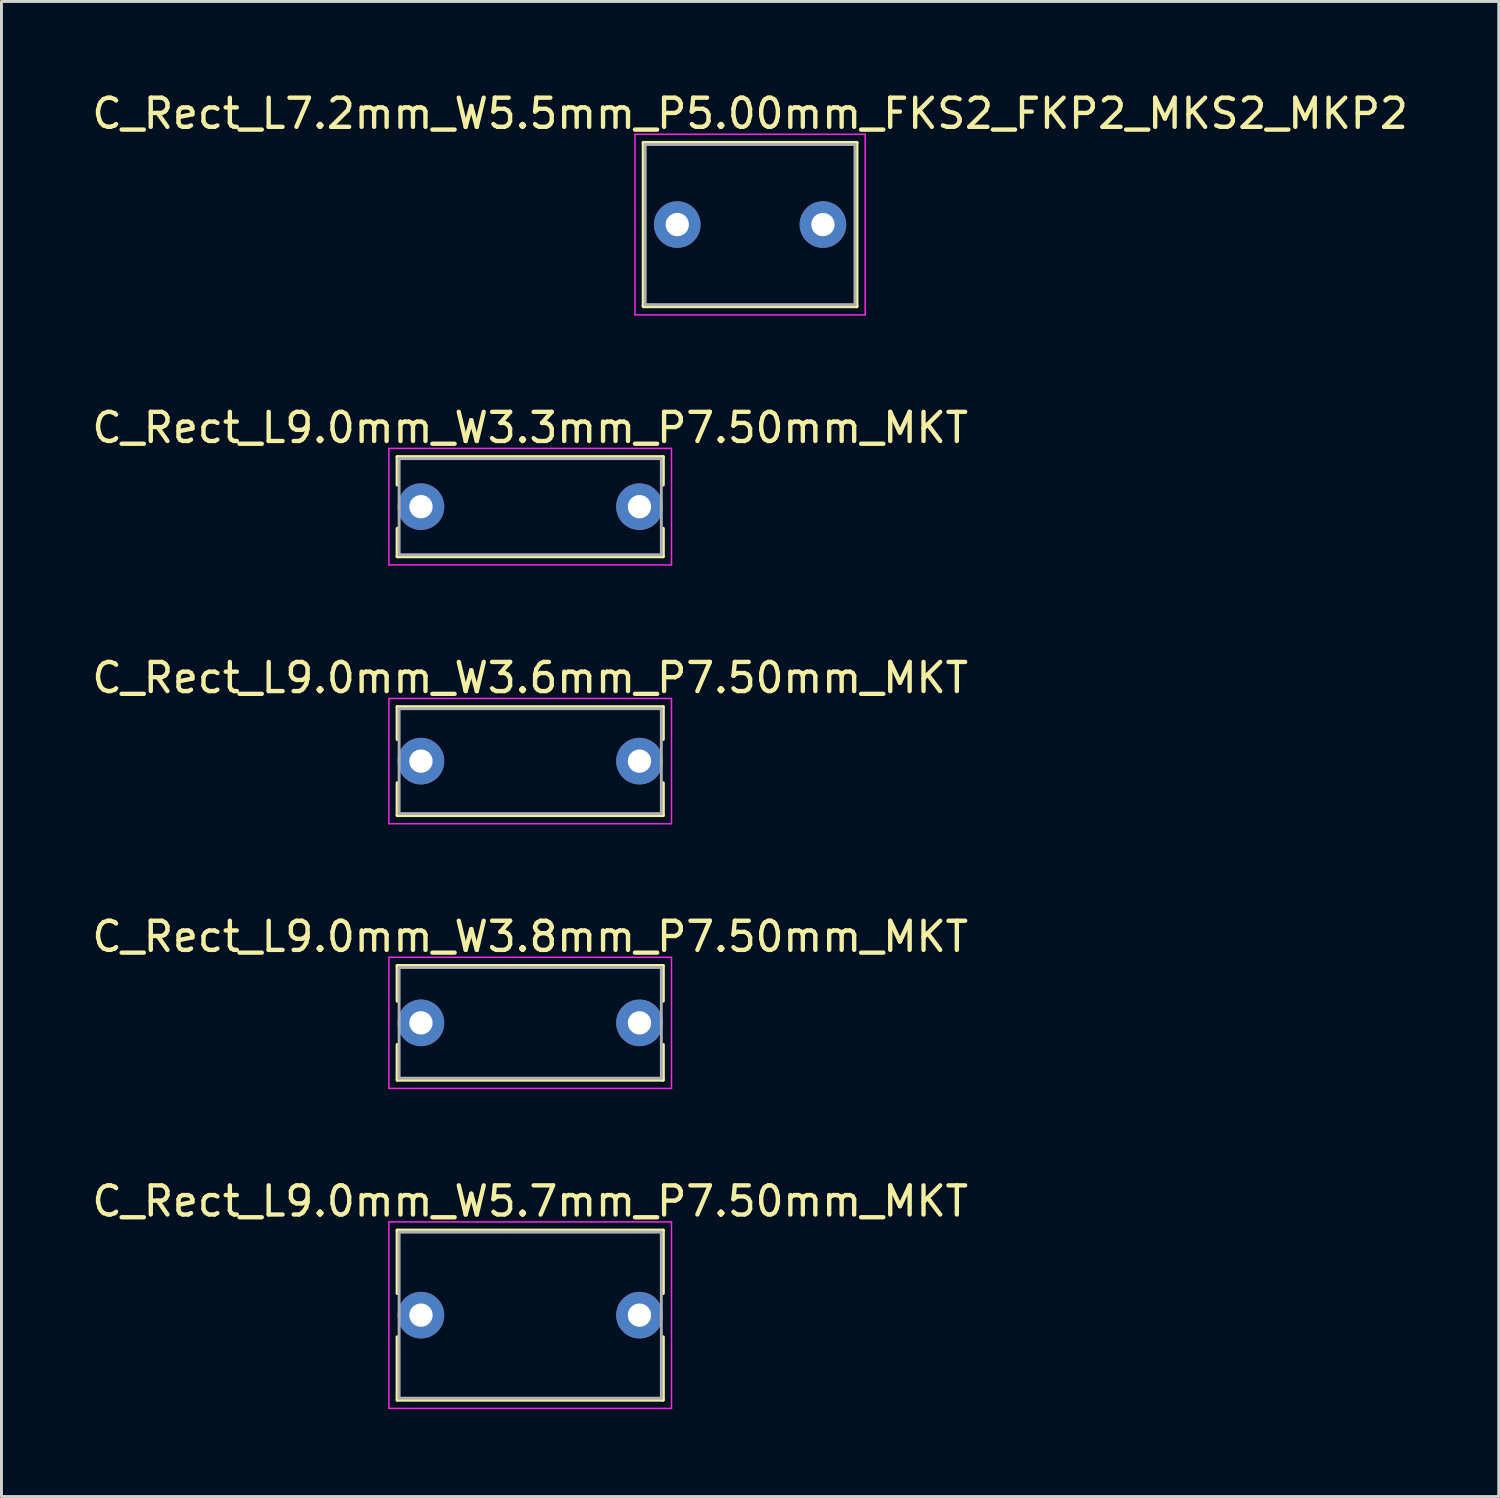
<source format=kicad_pcb>
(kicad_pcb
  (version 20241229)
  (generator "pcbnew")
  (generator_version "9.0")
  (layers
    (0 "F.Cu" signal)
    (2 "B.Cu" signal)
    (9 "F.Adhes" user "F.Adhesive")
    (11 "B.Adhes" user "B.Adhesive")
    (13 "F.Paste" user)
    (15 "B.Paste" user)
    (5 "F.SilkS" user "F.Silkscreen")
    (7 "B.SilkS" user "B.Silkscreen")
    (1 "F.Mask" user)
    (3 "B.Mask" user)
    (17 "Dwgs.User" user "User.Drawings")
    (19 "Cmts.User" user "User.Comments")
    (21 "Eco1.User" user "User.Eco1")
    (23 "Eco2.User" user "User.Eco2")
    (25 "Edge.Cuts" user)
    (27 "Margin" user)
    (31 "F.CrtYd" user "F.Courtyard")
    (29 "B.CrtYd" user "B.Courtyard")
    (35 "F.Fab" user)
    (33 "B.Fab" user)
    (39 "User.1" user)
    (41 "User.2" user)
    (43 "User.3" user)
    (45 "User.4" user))
  (footprint "C_Rect_L7.2mm_W5.5mm_P5.00mm_FKS2_FKP2_MKS2_MKP2"
    (layer "F.Cu")
    (at 20.196 4.658)
    (property "Reference" "C_Rect_L7.2mm_W5.5mm_P5.00mm_FKS2_FKP2_MKS2_MKP2" (at 2.5 -3.81 0) (layer "F.SilkS") (effects (font (size 1 1) (thickness 0.15))))
    (attr through_hole)
    (fp_line (start -1.16 -2.81) (end -1.16 2.81) (stroke (width 0.12) (type solid)) (layer "F.SilkS"))
    (fp_line (start -1.16 -2.81) (end 6.16 -2.81) (stroke (width 0.12) (type solid)) (layer "F.SilkS"))
    (fp_line (start -1.16 2.81) (end 6.16 2.81) (stroke (width 0.12) (type solid)) (layer "F.SilkS"))
    (fp_line (start 6.16 -2.81) (end 6.16 2.81) (stroke (width 0.12) (type solid)) (layer "F.SilkS"))
    (fp_line (start -1.45 -3.1) (end -1.45 3.1) (stroke (width 0.05) (type solid)) (layer "F.CrtYd"))
    (fp_line (start -1.45 3.1) (end 6.45 3.1) (stroke (width 0.05) (type solid)) (layer "F.CrtYd"))
    (fp_line (start 6.45 -3.1) (end -1.45 -3.1) (stroke (width 0.05) (type solid)) (layer "F.CrtYd"))
    (fp_line (start 6.45 3.1) (end 6.45 -3.1) (stroke (width 0.05) (type solid)) (layer "F.CrtYd"))
    (fp_line (start -1.1 -2.75) (end -1.1 2.75) (stroke (width 0.1) (type solid)) (layer "F.Fab"))
    (fp_line (start -1.1 2.75) (end 6.1 2.75) (stroke (width 0.1) (type solid)) (layer "F.Fab"))
    (fp_line (start 6.1 -2.75) (end -1.1 -2.75) (stroke (width 0.1) (type solid)) (layer "F.Fab"))
    (fp_line (start 6.1 2.75) (end 6.1 -2.75) (stroke (width 0.1) (type solid)) (layer "F.Fab"))
    (pad "1" thru_hole circle (at 0 0) (size 1.6 1.6) (drill 0.8) (layers "*.Cu" "*.Mask"))
    (pad "2" thru_hole circle (at 5 0) (size 1.6 1.6) (drill 0.8) (layers "*.Cu" "*.Mask")))
  (footprint "C_Rect_L9.0mm_W5.7mm_P7.50mm_MKT"
    (layer "F.Cu")
    (at 11.399 42.091)
    (property "Reference" "C_Rect_L9.0mm_W5.7mm_P7.50mm_MKT" (at 3.75 -3.91 0) (layer "F.SilkS") (effects (font (size 1 1) (thickness 0.15))))
    (attr through_hole)
    (fp_line (start -0.81 -2.91) (end -0.81 -0.75) (stroke (width 0.12) (type solid)) (layer "F.SilkS"))
    (fp_line (start -0.81 -2.91) (end 8.31 -2.91) (stroke (width 0.12) (type solid)) (layer "F.SilkS"))
    (fp_line (start -0.81 0.75) (end -0.81 2.91) (stroke (width 0.12) (type solid)) (layer "F.SilkS"))
    (fp_line (start -0.81 2.91) (end 8.31 2.91) (stroke (width 0.12) (type solid)) (layer "F.SilkS"))
    (fp_line (start 8.31 -2.91) (end 8.31 -0.75) (stroke (width 0.12) (type solid)) (layer "F.SilkS"))
    (fp_line (start 8.31 0.75) (end 8.31 2.91) (stroke (width 0.12) (type solid)) (layer "F.SilkS"))
    (fp_line (start -1.1 -3.2) (end -1.1 3.2) (stroke (width 0.05) (type solid)) (layer "F.CrtYd"))
    (fp_line (start -1.1 3.2) (end 8.6 3.2) (stroke (width 0.05) (type solid)) (layer "F.CrtYd"))
    (fp_line (start 8.6 -3.2) (end -1.1 -3.2) (stroke (width 0.05) (type solid)) (layer "F.CrtYd"))
    (fp_line (start 8.6 3.2) (end 8.6 -3.2) (stroke (width 0.05) (type solid)) (layer "F.CrtYd"))
    (fp_line (start -0.75 -2.85) (end -0.75 2.85) (stroke (width 0.1) (type solid)) (layer "F.Fab"))
    (fp_line (start -0.75 2.85) (end 8.25 2.85) (stroke (width 0.1) (type solid)) (layer "F.Fab"))
    (fp_line (start 8.25 -2.85) (end -0.75 -2.85) (stroke (width 0.1) (type solid)) (layer "F.Fab"))
    (fp_line (start 8.25 2.85) (end 8.25 -2.85) (stroke (width 0.1) (type solid)) (layer "F.Fab"))
    (pad "1" thru_hole circle (at 0 0) (size 1.6 1.6) (drill 0.8) (layers "*.Cu" "*.Mask"))
    (pad "2" thru_hole circle (at 7.5 0) (size 1.6 1.6) (drill 0.8) (layers "*.Cu" "*.Mask")))
  (footprint "C_Rect_L9.0mm_W3.3mm_P7.50mm_MKT"
    (layer "F.Cu")
    (at 11.399 14.341)
    (property "Reference" "C_Rect_L9.0mm_W3.3mm_P7.50mm_MKT" (at 3.75 -2.71 0) (layer "F.SilkS") (effects (font (size 1 1) (thickness 0.15))))
    (attr through_hole)
    (fp_line (start -0.81 -1.71) (end -0.81 -0.75) (stroke (width 0.12) (type solid)) (layer "F.SilkS"))
    (fp_line (start -0.81 -1.71) (end 8.31 -1.71) (stroke (width 0.12) (type solid)) (layer "F.SilkS"))
    (fp_line (start -0.81 0.75) (end -0.81 1.71) (stroke (width 0.12) (type solid)) (layer "F.SilkS"))
    (fp_line (start -0.81 1.71) (end 8.31 1.71) (stroke (width 0.12) (type solid)) (layer "F.SilkS"))
    (fp_line (start 8.31 -1.71) (end 8.31 -0.75) (stroke (width 0.12) (type solid)) (layer "F.SilkS"))
    (fp_line (start 8.31 0.75) (end 8.31 1.71) (stroke (width 0.12) (type solid)) (layer "F.SilkS"))
    (fp_line (start -1.1 -2) (end -1.1 2) (stroke (width 0.05) (type solid)) (layer "F.CrtYd"))
    (fp_line (start -1.1 2) (end 8.6 2) (stroke (width 0.05) (type solid)) (layer "F.CrtYd"))
    (fp_line (start 8.6 -2) (end -1.1 -2) (stroke (width 0.05) (type solid)) (layer "F.CrtYd"))
    (fp_line (start 8.6 2) (end 8.6 -2) (stroke (width 0.05) (type solid)) (layer "F.CrtYd"))
    (fp_line (start -0.75 -1.65) (end -0.75 1.65) (stroke (width 0.1) (type solid)) (layer "F.Fab"))
    (fp_line (start -0.75 1.65) (end 8.25 1.65) (stroke (width 0.1) (type solid)) (layer "F.Fab"))
    (fp_line (start 8.25 -1.65) (end -0.75 -1.65) (stroke (width 0.1) (type solid)) (layer "F.Fab"))
    (fp_line (start 8.25 1.65) (end 8.25 -1.65) (stroke (width 0.1) (type solid)) (layer "F.Fab"))
    (pad "1" thru_hole circle (at 0 0) (size 1.6 1.6) (drill 0.8) (layers "*.Cu" "*.Mask"))
    (pad "2" thru_hole circle (at 7.5 0) (size 1.6 1.6) (drill 0.8) (layers "*.Cu" "*.Mask")))
  (footprint "C_Rect_L9.0mm_W3.8mm_P7.50mm_MKT"
    (layer "F.Cu")
    (at 11.399 32.058)
    (property "Reference" "C_Rect_L9.0mm_W3.8mm_P7.50mm_MKT" (at 3.75 -2.96 0) (layer "F.SilkS") (effects (font (size 1 1) (thickness 0.15))))
    (attr through_hole)
    (fp_line (start -0.81 -1.96) (end -0.81 -0.75) (stroke (width 0.12) (type solid)) (layer "F.SilkS"))
    (fp_line (start -0.81 -1.96) (end 8.31 -1.96) (stroke (width 0.12) (type solid)) (layer "F.SilkS"))
    (fp_line (start -0.81 0.75) (end -0.81 1.96) (stroke (width 0.12) (type solid)) (layer "F.SilkS"))
    (fp_line (start -0.81 1.96) (end 8.31 1.96) (stroke (width 0.12) (type solid)) (layer "F.SilkS"))
    (fp_line (start 8.31 -1.96) (end 8.31 -0.75) (stroke (width 0.12) (type solid)) (layer "F.SilkS"))
    (fp_line (start 8.31 0.75) (end 8.31 1.96) (stroke (width 0.12) (type solid)) (layer "F.SilkS"))
    (fp_line (start -1.1 -2.25) (end -1.1 2.25) (stroke (width 0.05) (type solid)) (layer "F.CrtYd"))
    (fp_line (start -1.1 2.25) (end 8.6 2.25) (stroke (width 0.05) (type solid)) (layer "F.CrtYd"))
    (fp_line (start 8.6 -2.25) (end -1.1 -2.25) (stroke (width 0.05) (type solid)) (layer "F.CrtYd"))
    (fp_line (start 8.6 2.25) (end 8.6 -2.25) (stroke (width 0.05) (type solid)) (layer "F.CrtYd"))
    (fp_line (start -0.75 -1.9) (end -0.75 1.9) (stroke (width 0.1) (type solid)) (layer "F.Fab"))
    (fp_line (start -0.75 1.9) (end 8.25 1.9) (stroke (width 0.1) (type solid)) (layer "F.Fab"))
    (fp_line (start 8.25 -1.9) (end -0.75 -1.9) (stroke (width 0.1) (type solid)) (layer "F.Fab"))
    (fp_line (start 8.25 1.9) (end 8.25 -1.9) (stroke (width 0.1) (type solid)) (layer "F.Fab"))
    (pad "1" thru_hole circle (at 0 0) (size 1.6 1.6) (drill 0.8) (layers "*.Cu" "*.Mask"))
    (pad "2" thru_hole circle (at 7.5 0) (size 1.6 1.6) (drill 0.8) (layers "*.Cu" "*.Mask")))
  (footprint "C_Rect_L9.0mm_W3.6mm_P7.50mm_MKT"
    (layer "F.Cu")
    (at 11.399 23.075)
    (property "Reference" "C_Rect_L9.0mm_W3.6mm_P7.50mm_MKT" (at 3.75 -2.86 0) (layer "F.SilkS") (effects (font (size 1 1) (thickness 0.15))))
    (attr through_hole)
    (fp_line (start -0.81 -1.86) (end -0.81 -0.75) (stroke (width 0.12) (type solid)) (layer "F.SilkS"))
    (fp_line (start -0.81 -1.86) (end 8.31 -1.86) (stroke (width 0.12) (type solid)) (layer "F.SilkS"))
    (fp_line (start -0.81 0.75) (end -0.81 1.86) (stroke (width 0.12) (type solid)) (layer "F.SilkS"))
    (fp_line (start -0.81 1.86) (end 8.31 1.86) (stroke (width 0.12) (type solid)) (layer "F.SilkS"))
    (fp_line (start 8.31 -1.86) (end 8.31 -0.75) (stroke (width 0.12) (type solid)) (layer "F.SilkS"))
    (fp_line (start 8.31 0.75) (end 8.31 1.86) (stroke (width 0.12) (type solid)) (layer "F.SilkS"))
    (fp_line (start -1.1 -2.15) (end -1.1 2.15) (stroke (width 0.05) (type solid)) (layer "F.CrtYd"))
    (fp_line (start -1.1 2.15) (end 8.6 2.15) (stroke (width 0.05) (type solid)) (layer "F.CrtYd"))
    (fp_line (start 8.6 -2.15) (end -1.1 -2.15) (stroke (width 0.05) (type solid)) (layer "F.CrtYd"))
    (fp_line (start 8.6 2.15) (end 8.6 -2.15) (stroke (width 0.05) (type solid)) (layer "F.CrtYd"))
    (fp_line (start -0.75 -1.8) (end -0.75 1.8) (stroke (width 0.1) (type solid)) (layer "F.Fab"))
    (fp_line (start -0.75 1.8) (end 8.25 1.8) (stroke (width 0.1) (type solid)) (layer "F.Fab"))
    (fp_line (start 8.25 -1.8) (end -0.75 -1.8) (stroke (width 0.1) (type solid)) (layer "F.Fab"))
    (fp_line (start 8.25 1.8) (end 8.25 -1.8) (stroke (width 0.1) (type solid)) (layer "F.Fab"))
    (pad "1" thru_hole circle (at 0 0) (size 1.6 1.6) (drill 0.8) (layers "*.Cu" "*.Mask"))
    (pad "2" thru_hole circle (at 7.5 0) (size 1.6 1.6) (drill 0.8) (layers "*.Cu" "*.Mask")))
  (gr_rect
    (start -3 -3)
    (end 48.393 48.316)
    (stroke (width 0.1) (type default))
    (fill no)
    (layer "Edge.Cuts")))
</source>
